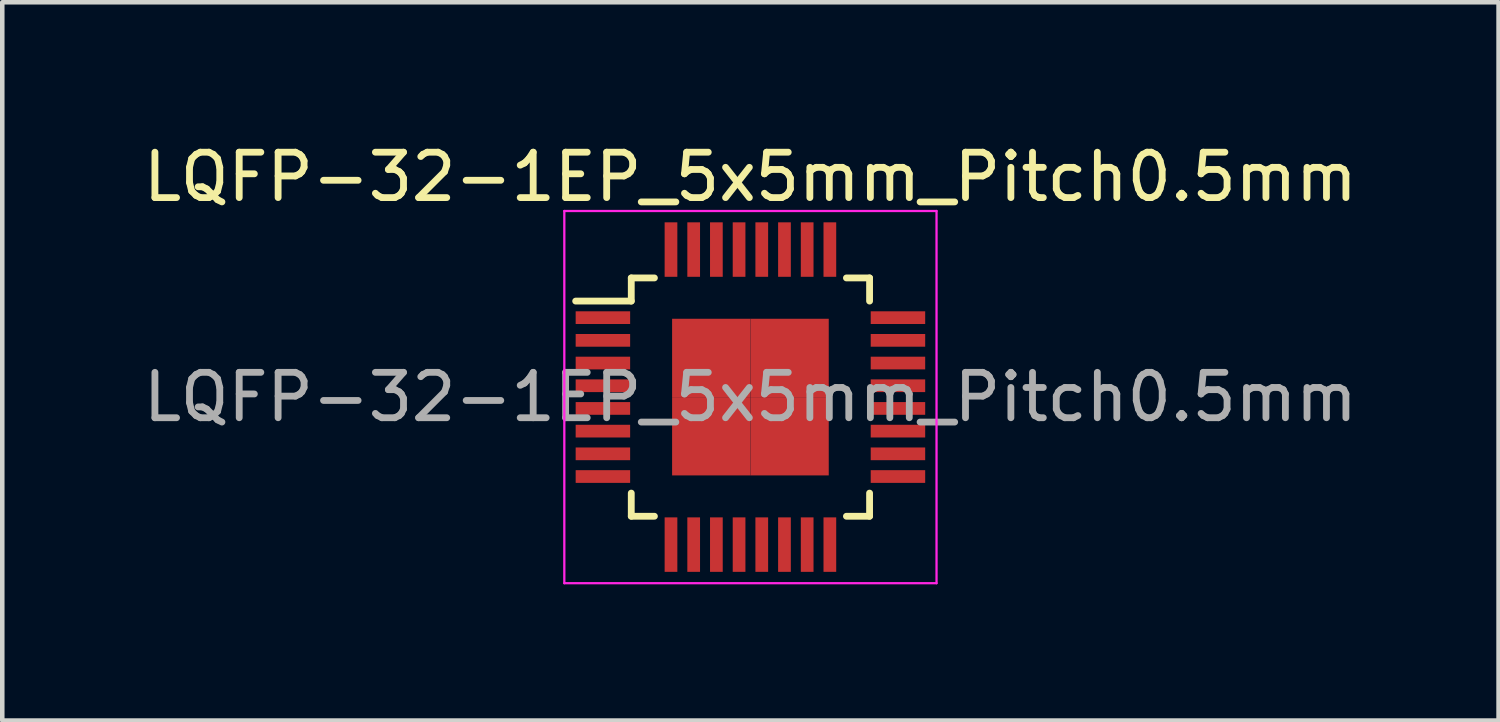
<source format=kicad_pcb>
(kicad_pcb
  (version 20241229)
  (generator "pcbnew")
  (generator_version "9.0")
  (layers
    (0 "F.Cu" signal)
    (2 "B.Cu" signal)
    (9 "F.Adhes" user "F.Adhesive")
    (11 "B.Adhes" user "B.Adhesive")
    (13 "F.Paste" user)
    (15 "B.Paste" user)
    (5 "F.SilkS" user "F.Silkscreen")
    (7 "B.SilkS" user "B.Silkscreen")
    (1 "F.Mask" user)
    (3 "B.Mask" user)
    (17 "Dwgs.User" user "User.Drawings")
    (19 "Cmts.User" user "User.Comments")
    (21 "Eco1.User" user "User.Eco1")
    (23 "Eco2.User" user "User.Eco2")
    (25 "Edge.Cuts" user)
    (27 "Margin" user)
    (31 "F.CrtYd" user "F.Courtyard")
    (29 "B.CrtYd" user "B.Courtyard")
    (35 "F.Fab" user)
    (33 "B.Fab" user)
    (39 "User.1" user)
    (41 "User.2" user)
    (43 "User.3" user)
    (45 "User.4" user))
  (footprint "LQFP-32-1EP_5x5mm_Pitch0.5mm"
    (layer "F.Cu")
    (at 13.482 5.698)
    (property "Reference" "LQFP-32-1EP_5x5mm_Pitch0.5mm" (at 0 -4.85 0) (layer "F.SilkS") (effects (font (size 1 1) (thickness 0.15))))
    (attr smd)
    (fp_line (start -2.625 -2.625) (end -2.625 -2.115) (stroke (width 0.15) (type solid)) (layer "F.SilkS"))
    (fp_line (start -2.625 -2.625) (end -2.115 -2.625) (stroke (width 0.15) (type solid)) (layer "F.SilkS"))
    (fp_line (start -2.625 -2.115) (end -3.85 -2.115) (stroke (width 0.15) (type solid)) (layer "F.SilkS"))
    (fp_line (start -2.625 2.625) (end -2.625 2.115) (stroke (width 0.15) (type solid)) (layer "F.SilkS"))
    (fp_line (start -2.625 2.625) (end -2.115 2.625) (stroke (width 0.15) (type solid)) (layer "F.SilkS"))
    (fp_line (start 2.625 -2.625) (end 2.115 -2.625) (stroke (width 0.15) (type solid)) (layer "F.SilkS"))
    (fp_line (start 2.625 -2.625) (end 2.625 -2.115) (stroke (width 0.15) (type solid)) (layer "F.SilkS"))
    (fp_line (start 2.625 2.625) (end 2.115 2.625) (stroke (width 0.15) (type solid)) (layer "F.SilkS"))
    (fp_line (start 2.625 2.625) (end 2.625 2.115) (stroke (width 0.15) (type solid)) (layer "F.SilkS"))
    (fp_line (start -4.1 -4.1) (end -4.1 4.1) (stroke (width 0.05) (type solid)) (layer "F.CrtYd"))
    (fp_line (start -4.1 -4.1) (end 4.1 -4.1) (stroke (width 0.05) (type solid)) (layer "F.CrtYd"))
    (fp_line (start -4.1 4.1) (end 4.1 4.1) (stroke (width 0.05) (type solid)) (layer "F.CrtYd"))
    (fp_line (start 4.1 -4.1) (end 4.1 4.1) (stroke (width 0.05) (type solid)) (layer "F.CrtYd"))
    (fp_text user "${REFERENCE}" (at 0 0 0) (layer "F.Fab") (effects (font (size 1 1) (thickness 0.15))))
    (pad "1" smd rect (at -3.25 -1.75) (size 1.2 0.28) (layers "F.Cu" "F.Mask" "F.Paste"))
    (pad "2" smd rect (at -3.25 -1.25) (size 1.2 0.28) (layers "F.Cu" "F.Mask" "F.Paste"))
    (pad "3" smd rect (at -3.25 -0.75) (size 1.2 0.28) (layers "F.Cu" "F.Mask" "F.Paste"))
    (pad "4" smd rect (at -3.25 -0.25) (size 1.2 0.28) (layers "F.Cu" "F.Mask" "F.Paste"))
    (pad "5" smd rect (at -3.25 0.25) (size 1.2 0.28) (layers "F.Cu" "F.Mask" "F.Paste"))
    (pad "6" smd rect (at -3.25 0.75) (size 1.2 0.28) (layers "F.Cu" "F.Mask" "F.Paste"))
    (pad "7" smd rect (at -3.25 1.25) (size 1.2 0.28) (layers "F.Cu" "F.Mask" "F.Paste"))
    (pad "8" smd rect (at -3.25 1.75) (size 1.2 0.28) (layers "F.Cu" "F.Mask" "F.Paste"))
    (pad "9" smd rect (at -1.75 3.25 90) (size 1.2 0.28) (layers "F.Cu" "F.Mask" "F.Paste"))
    (pad "10" smd rect (at -1.25 3.25 90) (size 1.2 0.28) (layers "F.Cu" "F.Mask" "F.Paste"))
    (pad "11" smd rect (at -0.75 3.25 90) (size 1.2 0.28) (layers "F.Cu" "F.Mask" "F.Paste"))
    (pad "12" smd rect (at -0.25 3.25 90) (size 1.2 0.28) (layers "F.Cu" "F.Mask" "F.Paste"))
    (pad "13" smd rect (at 0.25 3.25 90) (size 1.2 0.28) (layers "F.Cu" "F.Mask" "F.Paste"))
    (pad "14" smd rect (at 0.75 3.25 90) (size 1.2 0.28) (layers "F.Cu" "F.Mask" "F.Paste"))
    (pad "15" smd rect (at 1.25 3.25 90) (size 1.2 0.28) (layers "F.Cu" "F.Mask" "F.Paste"))
    (pad "16" smd rect (at 1.75 3.25 90) (size 1.2 0.28) (layers "F.Cu" "F.Mask" "F.Paste"))
    (pad "17" smd rect (at 3.25 1.75) (size 1.2 0.28) (layers "F.Cu" "F.Mask" "F.Paste"))
    (pad "18" smd rect (at 3.25 1.25) (size 1.2 0.28) (layers "F.Cu" "F.Mask" "F.Paste"))
    (pad "19" smd rect (at 3.25 0.75) (size 1.2 0.28) (layers "F.Cu" "F.Mask" "F.Paste"))
    (pad "20" smd rect (at 3.25 0.25) (size 1.2 0.28) (layers "F.Cu" "F.Mask" "F.Paste"))
    (pad "21" smd rect (at 3.25 -0.25) (size 1.2 0.28) (layers "F.Cu" "F.Mask" "F.Paste"))
    (pad "22" smd rect (at 3.25 -0.75) (size 1.2 0.28) (layers "F.Cu" "F.Mask" "F.Paste"))
    (pad "23" smd rect (at 3.25 -1.25) (size 1.2 0.28) (layers "F.Cu" "F.Mask" "F.Paste"))
    (pad "24" smd rect (at 3.25 -1.75) (size 1.2 0.28) (layers "F.Cu" "F.Mask" "F.Paste"))
    (pad "25" smd rect (at 1.75 -3.25 90) (size 1.2 0.28) (layers "F.Cu" "F.Mask" "F.Paste"))
    (pad "26" smd rect (at 1.25 -3.25 90) (size 1.2 0.28) (layers "F.Cu" "F.Mask" "F.Paste"))
    (pad "27" smd rect (at 0.75 -3.25 90) (size 1.2 0.28) (layers "F.Cu" "F.Mask" "F.Paste"))
    (pad "28" smd rect (at 0.25 -3.25 90) (size 1.2 0.28) (layers "F.Cu" "F.Mask" "F.Paste"))
    (pad "29" smd rect (at -0.25 -3.25 90) (size 1.2 0.28) (layers "F.Cu" "F.Mask" "F.Paste"))
    (pad "30" smd rect (at -0.75 -3.25 90) (size 1.2 0.28) (layers "F.Cu" "F.Mask" "F.Paste"))
    (pad "31" smd rect (at -1.25 -3.25 90) (size 1.2 0.28) (layers "F.Cu" "F.Mask" "F.Paste"))
    (pad "32" smd rect (at -1.75 -3.25 90) (size 1.2 0.28) (layers "F.Cu" "F.Mask" "F.Paste"))
    (pad "33" smd rect (at -0.863 -0.863) (size 1.725 1.725) (layers "F.Cu" "F.Mask" "F.Paste"))
    (pad "33" smd rect (at -0.863 0.863) (size 1.725 1.725) (layers "F.Cu" "F.Mask" "F.Paste"))
    (pad "33" smd rect (at 0.863 -0.863) (size 1.725 1.725) (layers "F.Cu" "F.Mask" "F.Paste"))
    (pad "33" smd rect (at 0.863 0.863) (size 1.725 1.725) (layers "F.Cu" "F.Mask" "F.Paste")))
  (gr_rect
    (start -3 -3)
    (end 29.964 12.823)
    (stroke (width 0.1) (type default))
    (fill no)
    (layer "Edge.Cuts")))
</source>
